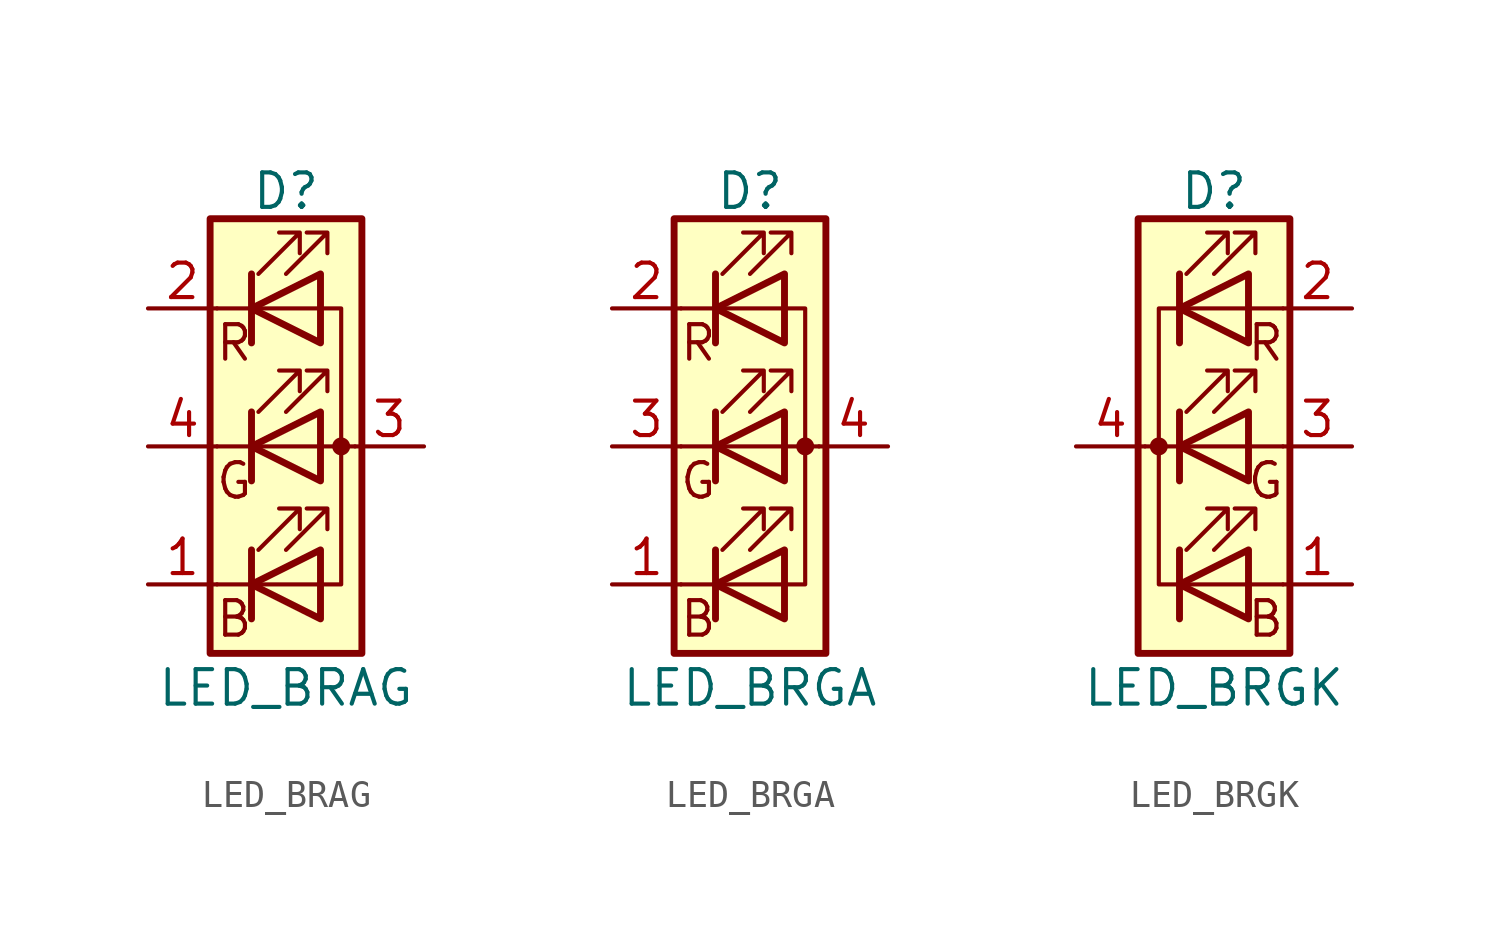
<source format=kicad_sym>
(kicad_symbol_lib
  (version 20201005)
  (generator kicad_symbol_editor)
  (symbol "LED_BRAG"
    (pin_names
      (offset 0) hide)
    (property "Reference" "D"
      (at 0 9.398 0)
      (effects (font (size 1.27 1.27))))
    (property "Value" "LED_BRAG"
      (at 0 -8.89 0)
      (effects (font (size 1.27 1.27))))
    (symbol "LED_BRAG_0_0"
      (text "B" (at -1.905 -6.35 0) (effects (font (size 1.27 1.27))))
      (text "G" (at -1.905 -1.27 0) (effects (font (size 1.27 1.27))))
      (text "R" (at -1.905 3.81 0) (effects (font (size 1.27 1.27)))))
    (symbol "LED_BRAG_0_1"
      (circle (center 2.032 0) (radius 0.254) (stroke (width 0)) (fill (type outline)))
      (rectangle (start 1.27 -1.27) (end 1.27 1.27) (stroke (width 0)) (fill (type none)))
      (rectangle (start 1.27 1.27) (end 1.27 1.27) (stroke (width 0)) (fill (type none)))
      (rectangle (start 1.27 3.81) (end 1.27 6.35) (stroke (width 0)) (fill (type none)))
      (rectangle (start 1.27 6.35) (end 1.27 6.35) (stroke (width 0)) (fill (type none)))
      (rectangle (start 2.794 8.382) (end -2.794 -7.62) (stroke (width 0.254)) (fill (type background)))
      (polyline (pts (xy -1.27 -5.08) (xy -2.54 -5.08)) (stroke (width 0)) (fill (type none)))
      (polyline (pts (xy -1.27 -5.08) (xy 1.27 -5.08)) (stroke (width 0)) (fill (type none)))
      (polyline (pts (xy -1.27 -3.81) (xy -1.27 -6.35)) (stroke (width 0.254)) (fill (type none)))
      (polyline (pts (xy -1.27 0) (xy -2.54 0)) (stroke (width 0)) (fill (type none)))
      (polyline (pts (xy -1.27 1.27) (xy -1.27 -1.27)) (stroke (width 0.254)) (fill (type none)))
      (polyline (pts (xy -1.27 5.08) (xy -2.54 5.08)) (stroke (width 0)) (fill (type none)))
      (polyline (pts (xy -1.27 5.08) (xy 1.27 5.08)) (stroke (width 0)) (fill (type none)))
      (polyline (pts (xy -1.27 6.35) (xy -1.27 3.81)) (stroke (width 0.254)) (fill (type none)))
      (polyline (pts (xy 1.27 0) (xy -1.27 0)) (stroke (width 0)) (fill (type none)))
      (polyline (pts (xy 1.27 0) (xy 2.54 0)) (stroke (width 0)) (fill (type none)))
      (polyline (pts (xy -1.27 1.27) (xy -1.27 -1.27) (xy -1.27 -1.27)) (stroke (width 0)) (fill (type none)))
      (polyline (pts (xy -1.27 6.35) (xy -1.27 3.81) (xy -1.27 3.81)) (stroke (width 0)) (fill (type none)))
      (polyline (pts (xy 1.27 -5.08) (xy 2.032 -5.08) (xy 2.032 5.08) (xy 1.27 5.08)) (stroke (width 0)) (fill (type none)))
      (polyline (pts (xy 1.27 -3.81) (xy 1.27 -6.35) (xy -1.27 -5.08) (xy 1.27 -3.81)) (stroke (width 0.254)) (fill (type none)))
      (polyline (pts (xy 1.27 1.27) (xy 1.27 -1.27) (xy -1.27 0) (xy 1.27 1.27)) (stroke (width 0.254)) (fill (type none)))
      (polyline (pts (xy 1.27 6.35) (xy 1.27 3.81) (xy -1.27 5.08) (xy 1.27 6.35)) (stroke (width 0.254)) (fill (type none)))
      (polyline (pts (xy -1.016 -3.81) (xy 0.508 -2.286) (xy -0.254 -2.286) (xy 0.508 -2.286) (xy 0.508 -3.048)) (stroke (width 0)) (fill (type none)))
      (polyline (pts (xy -1.016 1.27) (xy 0.508 2.794) (xy -0.254 2.794) (xy 0.508 2.794) (xy 0.508 2.032)) (stroke (width 0)) (fill (type none)))
      (polyline (pts (xy -1.016 6.35) (xy 0.508 7.874) (xy -0.254 7.874) (xy 0.508 7.874) (xy 0.508 7.112)) (stroke (width 0)) (fill (type none)))
      (polyline (pts (xy 0 -3.81) (xy 1.524 -2.286) (xy 0.762 -2.286) (xy 1.524 -2.286) (xy 1.524 -3.048)) (stroke (width 0)) (fill (type none)))
      (polyline (pts (xy 0 1.27) (xy 1.524 2.794) (xy 0.762 2.794) (xy 1.524 2.794) (xy 1.524 2.032)) (stroke (width 0)) (fill (type none)))
      (polyline (pts (xy 0 6.35) (xy 1.524 7.874) (xy 0.762 7.874) (xy 1.524 7.874) (xy 1.524 7.112)) (stroke (width 0)) (fill (type none))))
    (symbol "LED_BRAG_1_1"
      (pin passive line (at -5.08 -5.08 0) (length 2.54) (name "BK" (effects (font (size 1.27 1.27)))) (number "1" (effects (font (size 1.27 1.27)))))
      (pin passive line (at -5.08 5.08 0) (length 2.54) (name "RK" (effects (font (size 1.27 1.27)))) (number "2" (effects (font (size 1.27 1.27)))))
      (pin passive line (at 5.08 0 180) (length 2.54) (name "A" (effects (font (size 1.27 1.27)))) (number "3" (effects (font (size 1.27 1.27)))))
      (pin passive line (at -5.08 0 0) (length 2.54) (name "GK" (effects (font (size 1.27 1.27)))) (number "4" (effects (font (size 1.27 1.27)))))))
  (symbol "LED_BRGA"
    (pin_names
      (offset 0) hide)
    (property "Reference" "D"
      (at 0 9.398 0)
      (effects (font (size 1.27 1.27))))
    (property "Value" "LED_BRGA"
      (at 0 -8.89 0)
      (effects (font (size 1.27 1.27))))
    (symbol "LED_BRGA_0_0"
      (text "B" (at -1.905 -6.35 0) (effects (font (size 1.27 1.27))))
      (text "G" (at -1.905 -1.27 0) (effects (font (size 1.27 1.27))))
      (text "R" (at -1.905 3.81 0) (effects (font (size 1.27 1.27)))))
    (symbol "LED_BRGA_0_1"
      (circle (center 2.032 0) (radius 0.254) (stroke (width 0)) (fill (type outline)))
      (rectangle (start 1.27 -1.27) (end 1.27 1.27) (stroke (width 0)) (fill (type none)))
      (rectangle (start 1.27 1.27) (end 1.27 1.27) (stroke (width 0)) (fill (type none)))
      (rectangle (start 1.27 3.81) (end 1.27 6.35) (stroke (width 0)) (fill (type none)))
      (rectangle (start 1.27 6.35) (end 1.27 6.35) (stroke (width 0)) (fill (type none)))
      (rectangle (start 2.794 8.382) (end -2.794 -7.62) (stroke (width 0.254)) (fill (type background)))
      (polyline (pts (xy -1.27 -5.08) (xy -2.54 -5.08)) (stroke (width 0)) (fill (type none)))
      (polyline (pts (xy -1.27 -5.08) (xy 1.27 -5.08)) (stroke (width 0)) (fill (type none)))
      (polyline (pts (xy -1.27 -3.81) (xy -1.27 -6.35)) (stroke (width 0.254)) (fill (type none)))
      (polyline (pts (xy -1.27 0) (xy -2.54 0)) (stroke (width 0)) (fill (type none)))
      (polyline (pts (xy -1.27 1.27) (xy -1.27 -1.27)) (stroke (width 0.254)) (fill (type none)))
      (polyline (pts (xy -1.27 5.08) (xy -2.54 5.08)) (stroke (width 0)) (fill (type none)))
      (polyline (pts (xy -1.27 5.08) (xy 1.27 5.08)) (stroke (width 0)) (fill (type none)))
      (polyline (pts (xy -1.27 6.35) (xy -1.27 3.81)) (stroke (width 0.254)) (fill (type none)))
      (polyline (pts (xy 1.27 0) (xy -1.27 0)) (stroke (width 0)) (fill (type none)))
      (polyline (pts (xy 1.27 0) (xy 2.54 0)) (stroke (width 0)) (fill (type none)))
      (polyline (pts (xy -1.27 1.27) (xy -1.27 -1.27) (xy -1.27 -1.27)) (stroke (width 0)) (fill (type none)))
      (polyline (pts (xy -1.27 6.35) (xy -1.27 3.81) (xy -1.27 3.81)) (stroke (width 0)) (fill (type none)))
      (polyline (pts (xy 1.27 -5.08) (xy 2.032 -5.08) (xy 2.032 5.08) (xy 1.27 5.08)) (stroke (width 0)) (fill (type none)))
      (polyline (pts (xy 1.27 -3.81) (xy 1.27 -6.35) (xy -1.27 -5.08) (xy 1.27 -3.81)) (stroke (width 0.254)) (fill (type none)))
      (polyline (pts (xy 1.27 1.27) (xy 1.27 -1.27) (xy -1.27 0) (xy 1.27 1.27)) (stroke (width 0.254)) (fill (type none)))
      (polyline (pts (xy 1.27 6.35) (xy 1.27 3.81) (xy -1.27 5.08) (xy 1.27 6.35)) (stroke (width 0.254)) (fill (type none)))
      (polyline (pts (xy -1.016 -3.81) (xy 0.508 -2.286) (xy -0.254 -2.286) (xy 0.508 -2.286) (xy 0.508 -3.048)) (stroke (width 0)) (fill (type none)))
      (polyline (pts (xy -1.016 1.27) (xy 0.508 2.794) (xy -0.254 2.794) (xy 0.508 2.794) (xy 0.508 2.032)) (stroke (width 0)) (fill (type none)))
      (polyline (pts (xy -1.016 6.35) (xy 0.508 7.874) (xy -0.254 7.874) (xy 0.508 7.874) (xy 0.508 7.112)) (stroke (width 0)) (fill (type none)))
      (polyline (pts (xy 0 -3.81) (xy 1.524 -2.286) (xy 0.762 -2.286) (xy 1.524 -2.286) (xy 1.524 -3.048)) (stroke (width 0)) (fill (type none)))
      (polyline (pts (xy 0 1.27) (xy 1.524 2.794) (xy 0.762 2.794) (xy 1.524 2.794) (xy 1.524 2.032)) (stroke (width 0)) (fill (type none)))
      (polyline (pts (xy 0 6.35) (xy 1.524 7.874) (xy 0.762 7.874) (xy 1.524 7.874) (xy 1.524 7.112)) (stroke (width 0)) (fill (type none))))
    (symbol "LED_BRGA_1_1"
      (pin passive line (at -5.08 -5.08 0) (length 2.54) (name "BK" (effects (font (size 1.27 1.27)))) (number "1" (effects (font (size 1.27 1.27)))))
      (pin passive line (at -5.08 5.08 0) (length 2.54) (name "RK" (effects (font (size 1.27 1.27)))) (number "2" (effects (font (size 1.27 1.27)))))
      (pin passive line (at -5.08 0 0) (length 2.54) (name "GK" (effects (font (size 1.27 1.27)))) (number "3" (effects (font (size 1.27 1.27)))))
      (pin passive line (at 5.08 0 180) (length 2.54) (name "A" (effects (font (size 1.27 1.27)))) (number "4" (effects (font (size 1.27 1.27)))))))
  (symbol "LED_BRGK"
    (pin_names
      (offset 0) hide)
    (property "Reference" "D"
      (at 0 9.398 0)
      (effects (font (size 1.27 1.27))))
    (property "Value" "LED_BRGK"
      (at 0 -8.89 0)
      (effects (font (size 1.27 1.27))))
    (symbol "LED_BRGK_0_0"
      (text "B" (at 1.905 -6.35 0) (effects (font (size 1.27 1.27))))
      (text "G" (at 1.905 -1.27 0) (effects (font (size 1.27 1.27))))
      (text "R" (at 1.905 3.81 0) (effects (font (size 1.27 1.27)))))
    (symbol "LED_BRGK_0_1"
      (circle (center -2.032 0) (radius 0.254) (stroke (width 0)) (fill (type outline)))
      (rectangle (start 1.27 -1.27) (end 1.27 1.27) (stroke (width 0)) (fill (type none)))
      (rectangle (start 1.27 1.27) (end 1.27 1.27) (stroke (width 0)) (fill (type none)))
      (rectangle (start 1.27 3.81) (end 1.27 6.35) (stroke (width 0)) (fill (type none)))
      (rectangle (start 1.27 6.35) (end 1.27 6.35) (stroke (width 0)) (fill (type none)))
      (rectangle (start 2.794 8.382) (end -2.794 -7.62) (stroke (width 0.254)) (fill (type background)))
      (polyline (pts (xy -1.27 -5.08) (xy 1.27 -5.08)) (stroke (width 0)) (fill (type none)))
      (polyline (pts (xy -1.27 -3.81) (xy -1.27 -6.35)) (stroke (width 0.254)) (fill (type none)))
      (polyline (pts (xy -1.27 0) (xy -2.54 0)) (stroke (width 0)) (fill (type none)))
      (polyline (pts (xy -1.27 1.27) (xy -1.27 -1.27)) (stroke (width 0.254)) (fill (type none)))
      (polyline (pts (xy -1.27 5.08) (xy 1.27 5.08)) (stroke (width 0)) (fill (type none)))
      (polyline (pts (xy -1.27 6.35) (xy -1.27 3.81)) (stroke (width 0.254)) (fill (type none)))
      (polyline (pts (xy 1.27 -5.08) (xy 2.54 -5.08)) (stroke (width 0)) (fill (type none)))
      (polyline (pts (xy 1.27 0) (xy -1.27 0)) (stroke (width 0)) (fill (type none)))
      (polyline (pts (xy 1.27 0) (xy 2.54 0)) (stroke (width 0)) (fill (type none)))
      (polyline (pts (xy 1.27 5.08) (xy 2.54 5.08)) (stroke (width 0)) (fill (type none)))
      (polyline (pts (xy -1.27 1.27) (xy -1.27 -1.27) (xy -1.27 -1.27)) (stroke (width 0)) (fill (type none)))
      (polyline (pts (xy -1.27 6.35) (xy -1.27 3.81) (xy -1.27 3.81)) (stroke (width 0)) (fill (type none)))
      (polyline (pts (xy -1.27 5.08) (xy -2.032 5.08) (xy -2.032 -5.08) (xy -1.016 -5.08)) (stroke (width 0)) (fill (type none)))
      (polyline (pts (xy 1.27 -3.81) (xy 1.27 -6.35) (xy -1.27 -5.08) (xy 1.27 -3.81)) (stroke (width 0.254)) (fill (type none)))
      (polyline (pts (xy 1.27 1.27) (xy 1.27 -1.27) (xy -1.27 0) (xy 1.27 1.27)) (stroke (width 0.254)) (fill (type none)))
      (polyline (pts (xy 1.27 6.35) (xy 1.27 3.81) (xy -1.27 5.08) (xy 1.27 6.35)) (stroke (width 0.254)) (fill (type none)))
      (polyline (pts (xy -1.016 -3.81) (xy 0.508 -2.286) (xy -0.254 -2.286) (xy 0.508 -2.286) (xy 0.508 -3.048)) (stroke (width 0)) (fill (type none)))
      (polyline (pts (xy -1.016 1.27) (xy 0.508 2.794) (xy -0.254 2.794) (xy 0.508 2.794) (xy 0.508 2.032)) (stroke (width 0)) (fill (type none)))
      (polyline (pts (xy -1.016 6.35) (xy 0.508 7.874) (xy -0.254 7.874) (xy 0.508 7.874) (xy 0.508 7.112)) (stroke (width 0)) (fill (type none)))
      (polyline (pts (xy 0 -3.81) (xy 1.524 -2.286) (xy 0.762 -2.286) (xy 1.524 -2.286) (xy 1.524 -3.048)) (stroke (width 0)) (fill (type none)))
      (polyline (pts (xy 0 1.27) (xy 1.524 2.794) (xy 0.762 2.794) (xy 1.524 2.794) (xy 1.524 2.032)) (stroke (width 0)) (fill (type none)))
      (polyline (pts (xy 0 6.35) (xy 1.524 7.874) (xy 0.762 7.874) (xy 1.524 7.874) (xy 1.524 7.112)) (stroke (width 0)) (fill (type none))))
    (symbol "LED_BRGK_1_1"
      (pin passive line (at 5.08 -5.08 180) (length 2.54) (name "BA" (effects (font (size 1.27 1.27)))) (number "1" (effects (font (size 1.27 1.27)))))
      (pin passive line (at 5.08 5.08 180) (length 2.54) (name "RA" (effects (font (size 1.27 1.27)))) (number "2" (effects (font (size 1.27 1.27)))))
      (pin passive line (at 5.08 0 180) (length 2.54) (name "GA" (effects (font (size 1.27 1.27)))) (number "3" (effects (font (size 1.27 1.27)))))
      (pin passive line (at -5.08 0 0) (length 2.54) (name "K" (effects (font (size 1.27 1.27)))) (number "4" (effects (font (size 1.27 1.27))))))))
</source>
